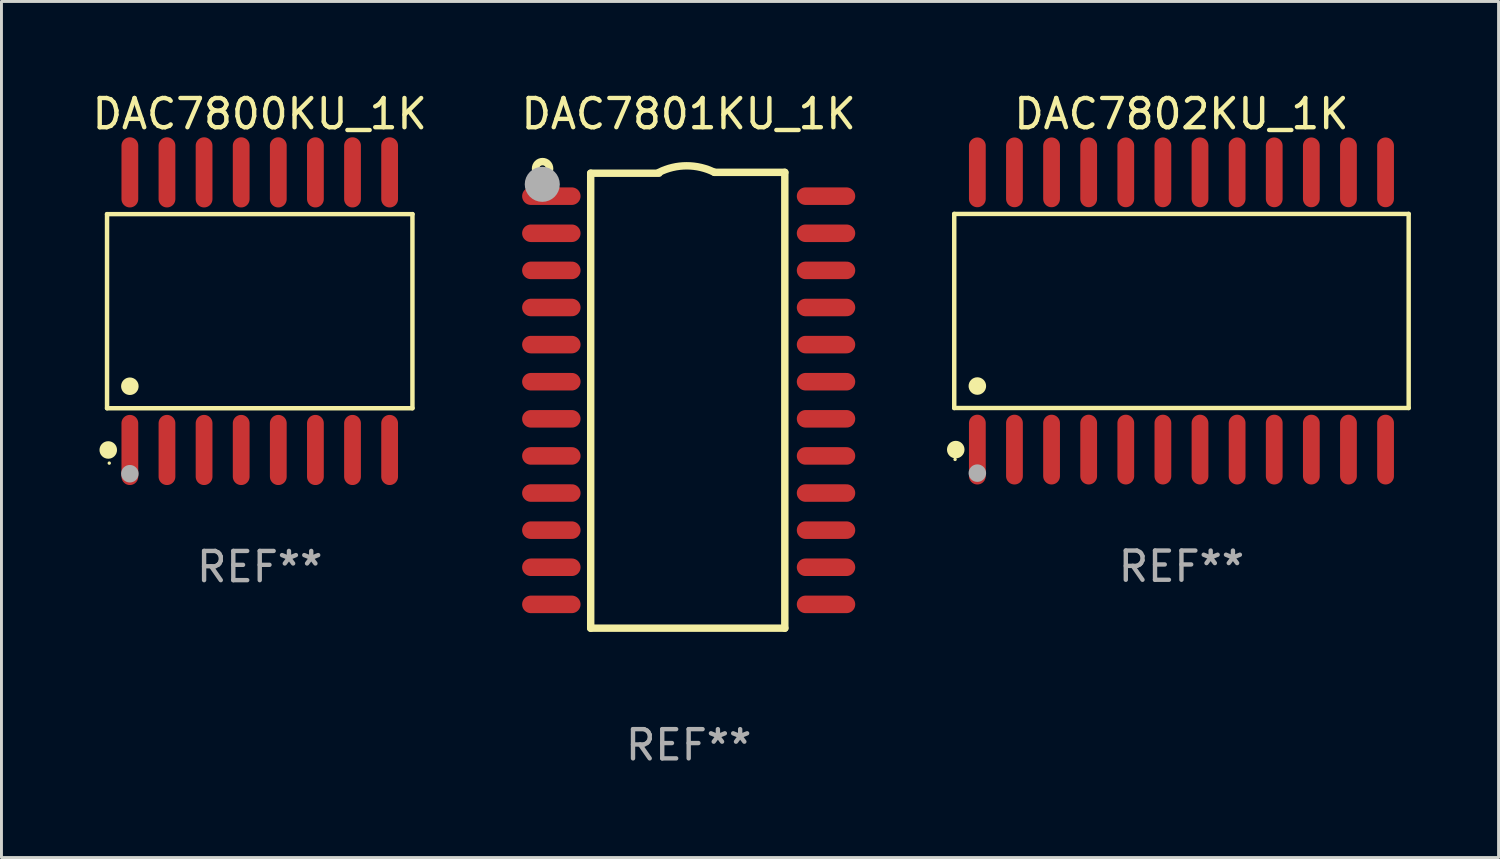
<source format=kicad_pcb>
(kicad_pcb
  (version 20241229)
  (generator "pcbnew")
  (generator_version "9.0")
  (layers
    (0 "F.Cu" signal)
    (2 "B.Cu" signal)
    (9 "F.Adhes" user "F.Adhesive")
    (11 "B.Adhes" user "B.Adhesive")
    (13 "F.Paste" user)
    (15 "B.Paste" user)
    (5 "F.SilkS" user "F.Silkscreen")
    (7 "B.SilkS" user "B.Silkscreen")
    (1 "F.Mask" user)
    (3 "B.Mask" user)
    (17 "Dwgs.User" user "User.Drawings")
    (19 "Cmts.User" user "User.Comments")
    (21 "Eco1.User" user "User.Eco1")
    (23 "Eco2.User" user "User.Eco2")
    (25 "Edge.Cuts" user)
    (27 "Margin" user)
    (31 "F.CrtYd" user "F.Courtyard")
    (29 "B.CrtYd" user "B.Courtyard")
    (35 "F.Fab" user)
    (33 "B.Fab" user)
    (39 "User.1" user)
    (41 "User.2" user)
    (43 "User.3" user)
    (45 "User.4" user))
  (footprint "DAC7800KU_1K"
    (layer "F.Cu")
    (at 5.839 7.599)
    (property "Reference" "DAC7800KU_1K" (at 0 -6.75 0) (layer "F.SilkS") (effects (font (size 1 1) (thickness 0.15))))
    (attr through_hole)
    (fp_line (start -5.226 -3.321) (end 5.226 -3.321) (stroke (width 0.152) (type solid)) (layer "F.SilkS"))
    (fp_line (start -5.226 3.321) (end -5.226 -3.321) (stroke (width 0.152) (type solid)) (layer "F.SilkS"))
    (fp_line (start 5.226 -3.321) (end 5.226 3.321) (stroke (width 0.152) (type solid)) (layer "F.SilkS"))
    (fp_line (start 5.226 3.321) (end -5.226 3.321) (stroke (width 0.152) (type solid)) (layer "F.SilkS"))
    (fp_circle (center -5.184 4.75) (end -5.034 4.75) (stroke (width 0.3) (type solid)) (fill no) (layer "F.SilkS"))
    (fp_circle (center -5.15 5.2) (end -5.12 5.2) (stroke (width 0.06) (type solid)) (fill no) (layer "F.SilkS"))
    (fp_circle (center -4.445 2.569) (end -4.295 2.569) (stroke (width 0.3) (type solid)) (fill no) (layer "F.SilkS"))
    (fp_circle (center -4.445 5.563) (end -4.295 5.563) (stroke (width 0.3) (type solid)) (fill no) (layer "F.Fab"))
    (fp_text user "REF**" (at 0 8.75 0) (layer "F.Fab") (effects (font (size 1 1) (thickness 0.15))))
    (pad "1" smd oval (at -4.445 4.75) (size 0.574 2.401) (layers "F.Cu" "F.Mask" "F.Paste"))
    (pad "2" smd oval (at -3.175 4.75) (size 0.574 2.401) (layers "F.Cu" "F.Mask" "F.Paste"))
    (pad "3" smd oval (at -1.905 4.75) (size 0.574 2.401) (layers "F.Cu" "F.Mask" "F.Paste"))
    (pad "4" smd oval (at -0.635 4.75) (size 0.574 2.401) (layers "F.Cu" "F.Mask" "F.Paste"))
    (pad "5" smd oval (at 0.635 4.75) (size 0.574 2.401) (layers "F.Cu" "F.Mask" "F.Paste"))
    (pad "6" smd oval (at 1.905 4.75) (size 0.574 2.401) (layers "F.Cu" "F.Mask" "F.Paste"))
    (pad "7" smd oval (at 3.175 4.75) (size 0.574 2.401) (layers "F.Cu" "F.Mask" "F.Paste"))
    (pad "8" smd oval (at 4.445 4.75) (size 0.574 2.401) (layers "F.Cu" "F.Mask" "F.Paste"))
    (pad "9" smd oval (at 4.445 -4.75) (size 0.574 2.401) (layers "F.Cu" "F.Mask" "F.Paste"))
    (pad "10" smd oval (at 3.175 -4.75) (size 0.574 2.401) (layers "F.Cu" "F.Mask" "F.Paste"))
    (pad "11" smd oval (at 1.905 -4.75) (size 0.574 2.401) (layers "F.Cu" "F.Mask" "F.Paste"))
    (pad "12" smd oval (at 0.635 -4.75) (size 0.574 2.401) (layers "F.Cu" "F.Mask" "F.Paste"))
    (pad "13" smd oval (at -0.635 -4.75) (size 0.574 2.401) (layers "F.Cu" "F.Mask" "F.Paste"))
    (pad "14" smd oval (at -1.905 -4.75) (size 0.574 2.401) (layers "F.Cu" "F.Mask" "F.Paste"))
    (pad "15" smd oval (at -3.175 -4.75) (size 0.574 2.401) (layers "F.Cu" "F.Mask" "F.Paste"))
    (pad "16" smd oval (at -4.445 -4.75) (size 0.574 2.401) (layers "F.Cu" "F.Mask" "F.Paste")))
  (footprint "DAC7802KU_1K"
    (layer "F.Cu")
    (at 37.382 7.592)
    (property "Reference" "DAC7802KU_1K" (at 0 -6.744 0) (layer "F.SilkS") (effects (font (size 1 1) (thickness 0.15))))
    (attr through_hole)
    (fp_line (start -7.776 -3.321) (end 7.776 -3.321) (stroke (width 0.152) (type solid)) (layer "F.SilkS"))
    (fp_line (start -7.776 3.321) (end -7.776 -3.321) (stroke (width 0.152) (type solid)) (layer "F.SilkS"))
    (fp_line (start 7.776 -3.321) (end 7.776 3.321) (stroke (width 0.152) (type solid)) (layer "F.SilkS"))
    (fp_line (start 7.776 3.321) (end -7.776 3.321) (stroke (width 0.152) (type solid)) (layer "F.SilkS"))
    (fp_circle (center -7.747 5.08) (end -7.717 5.08) (stroke (width 0.06) (type solid)) (fill no) (layer "F.SilkS"))
    (fp_circle (center -7.724 4.744) (end -7.574 4.744) (stroke (width 0.3) (type solid)) (fill no) (layer "F.SilkS"))
    (fp_circle (center -6.985 2.569) (end -6.835 2.569) (stroke (width 0.3) (type solid)) (fill no) (layer "F.SilkS"))
    (fp_circle (center -6.985 5.55) (end -6.835 5.55) (stroke (width 0.3) (type solid)) (fill no) (layer "F.Fab"))
    (fp_text user "REF**" (at 0 8.744 0) (layer "F.Fab") (effects (font (size 1 1) (thickness 0.15))))
    (pad "1" smd oval (at -6.985 4.744) (size 0.574 2.388) (layers "F.Cu" "F.Mask" "F.Paste"))
    (pad "2" smd oval (at -5.715 4.744) (size 0.574 2.388) (layers "F.Cu" "F.Mask" "F.Paste"))
    (pad "3" smd oval (at -4.445 4.744) (size 0.574 2.388) (layers "F.Cu" "F.Mask" "F.Paste"))
    (pad "4" smd oval (at -3.175 4.744) (size 0.574 2.388) (layers "F.Cu" "F.Mask" "F.Paste"))
    (pad "5" smd oval (at -1.905 4.744) (size 0.574 2.388) (layers "F.Cu" "F.Mask" "F.Paste"))
    (pad "6" smd oval (at -0.635 4.744) (size 0.574 2.388) (layers "F.Cu" "F.Mask" "F.Paste"))
    (pad "7" smd oval (at 0.635 4.744) (size 0.574 2.388) (layers "F.Cu" "F.Mask" "F.Paste"))
    (pad "8" smd oval (at 1.905 4.744) (size 0.574 2.388) (layers "F.Cu" "F.Mask" "F.Paste"))
    (pad "9" smd oval (at 3.175 4.744) (size 0.574 2.388) (layers "F.Cu" "F.Mask" "F.Paste"))
    (pad "10" smd oval (at 4.445 4.744) (size 0.574 2.388) (layers "F.Cu" "F.Mask" "F.Paste"))
    (pad "11" smd oval (at 5.715 4.744) (size 0.574 2.388) (layers "F.Cu" "F.Mask" "F.Paste"))
    (pad "12" smd oval (at 6.985 4.744) (size 0.574 2.388) (layers "F.Cu" "F.Mask" "F.Paste"))
    (pad "13" smd oval (at 6.985 -4.744) (size 0.574 2.388) (layers "F.Cu" "F.Mask" "F.Paste"))
    (pad "14" smd oval (at 5.715 -4.744) (size 0.574 2.388) (layers "F.Cu" "F.Mask" "F.Paste"))
    (pad "15" smd oval (at 4.445 -4.744) (size 0.574 2.388) (layers "F.Cu" "F.Mask" "F.Paste"))
    (pad "16" smd oval (at 3.175 -4.744) (size 0.574 2.388) (layers "F.Cu" "F.Mask" "F.Paste"))
    (pad "17" smd oval (at 1.905 -4.744) (size 0.574 2.388) (layers "F.Cu" "F.Mask" "F.Paste"))
    (pad "18" smd oval (at 0.635 -4.744) (size 0.574 2.388) (layers "F.Cu" "F.Mask" "F.Paste"))
    (pad "19" smd oval (at -0.635 -4.744) (size 0.574 2.388) (layers "F.Cu" "F.Mask" "F.Paste"))
    (pad "20" smd oval (at -1.905 -4.744) (size 0.574 2.388) (layers "F.Cu" "F.Mask" "F.Paste"))
    (pad "21" smd oval (at -3.175 -4.744) (size 0.574 2.388) (layers "F.Cu" "F.Mask" "F.Paste"))
    (pad "22" smd oval (at -4.445 -4.744) (size 0.574 2.388) (layers "F.Cu" "F.Mask" "F.Paste"))
    (pad "23" smd oval (at -5.715 -4.744) (size 0.574 2.388) (layers "F.Cu" "F.Mask" "F.Paste"))
    (pad "24" smd oval (at -6.985 -4.744) (size 0.574 2.388) (layers "F.Cu" "F.Mask" "F.Paste")))
  (footprint "DAC7801KU_1K"
    (layer "F.Cu")
    (at 20.518 10.648)
    (property "Reference" "DAC7801KU_1K" (at 0 -9.8 0) (layer "F.SilkS") (effects (font (size 1 1) (thickness 0.15))))
    (attr through_hole)
    (fp_line (start -3.353 -7.77) (end -1.016 -7.77) (stroke (width 0.254) (type solid)) (layer "F.SilkS"))
    (fp_line (start -3.353 7.8) (end -3.353 -7.77) (stroke (width 0.254) (type solid)) (layer "F.SilkS"))
    (fp_line (start 0.881 -7.8) (end 3.29 -7.8) (stroke (width 0.254) (type solid)) (layer "F.SilkS"))
    (fp_line (start 3.29 -7.8) (end 3.29 7.8) (stroke (width 0.254) (type solid)) (layer "F.SilkS"))
    (fp_line (start 3.29 7.8) (end -3.353 7.8) (stroke (width 0.254) (type solid)) (layer "F.SilkS"))
    (fp_arc (start -1.015951 -7.800025) (mid -0.067691 -8.023879) (end 0.880569 -7.800025) (stroke (width 0.254001) (type solid)) (layer "F.SilkS"))
    (fp_circle (center -5 -7.927) (end -4.886 -7.927) (stroke (width 0.254) (type solid)) (fill no) (layer "F.SilkS"))
    (fp_circle (center -5.01 -7.39) (end -4.71 -7.39) (stroke (width 0.6) (type solid)) (fill no) (layer "F.Fab"))
    (fp_text user "REF**" (at 0 11.8 0) (layer "F.Fab") (effects (font (size 1 1) (thickness 0.15))))
    (pad "1" smd oval (at -4.7 -6.985 270) (size 0.6 2) (layers "F.Cu" "F.Mask" "F.Paste"))
    (pad "2" smd oval (at -4.7 -5.715 270) (size 0.6 2) (layers "F.Cu" "F.Mask" "F.Paste"))
    (pad "3" smd oval (at -4.7 -4.445 270) (size 0.6 2) (layers "F.Cu" "F.Mask" "F.Paste"))
    (pad "4" smd oval (at -4.7 -3.175 270) (size 0.6 2) (layers "F.Cu" "F.Mask" "F.Paste"))
    (pad "5" smd oval (at -4.7 -1.905 270) (size 0.6 2) (layers "F.Cu" "F.Mask" "F.Paste"))
    (pad "6" smd oval (at -4.7 -0.635 270) (size 0.6 2) (layers "F.Cu" "F.Mask" "F.Paste"))
    (pad "7" smd oval (at -4.7 0.635 270) (size 0.6 2) (layers "F.Cu" "F.Mask" "F.Paste"))
    (pad "8" smd oval (at -4.7 1.905 270) (size 0.6 2) (layers "F.Cu" "F.Mask" "F.Paste"))
    (pad "9" smd oval (at -4.7 3.175 270) (size 0.6 2) (layers "F.Cu" "F.Mask" "F.Paste"))
    (pad "10" smd oval (at -4.7 4.445 270) (size 0.6 2) (layers "F.Cu" "F.Mask" "F.Paste"))
    (pad "11" smd oval (at -4.7 5.715 270) (size 0.6 2) (layers "F.Cu" "F.Mask" "F.Paste"))
    (pad "12" smd oval (at -4.7 6.985 270) (size 0.6 2) (layers "F.Cu" "F.Mask" "F.Paste"))
    (pad "13" smd oval (at 4.7 6.985 270) (size 0.6 2) (layers "F.Cu" "F.Mask" "F.Paste"))
    (pad "14" smd oval (at 4.7 5.715 270) (size 0.6 2) (layers "F.Cu" "F.Mask" "F.Paste"))
    (pad "15" smd oval (at 4.7 4.445 270) (size 0.6 2) (layers "F.Cu" "F.Mask" "F.Paste"))
    (pad "16" smd oval (at 4.7 3.175 270) (size 0.6 2) (layers "F.Cu" "F.Mask" "F.Paste"))
    (pad "17" smd oval (at 4.7 1.905 270) (size 0.6 2) (layers "F.Cu" "F.Mask" "F.Paste"))
    (pad "18" smd oval (at 4.7 0.635 270) (size 0.6 2) (layers "F.Cu" "F.Mask" "F.Paste"))
    (pad "19" smd oval (at 4.7 -0.635 270) (size 0.6 2) (layers "F.Cu" "F.Mask" "F.Paste"))
    (pad "20" smd oval (at 4.7 -1.905 270) (size 0.6 2) (layers "F.Cu" "F.Mask" "F.Paste"))
    (pad "21" smd oval (at 4.7 -3.175 270) (size 0.6 2) (layers "F.Cu" "F.Mask" "F.Paste"))
    (pad "22" smd oval (at 4.7 -4.445 270) (size 0.6 2) (layers "F.Cu" "F.Mask" "F.Paste"))
    (pad "23" smd oval (at 4.7 -5.715 270) (size 0.6 2) (layers "F.Cu" "F.Mask" "F.Paste"))
    (pad "24" smd oval (at 4.7 -6.985 270) (size 0.6 2) (layers "F.Cu" "F.Mask" "F.Paste")))
  (gr_rect
    (start -3 -3)
    (end 48.234 26.297)
    (stroke (width 0.1) (type default))
    (fill no)
    (layer "Edge.Cuts")))
</source>
